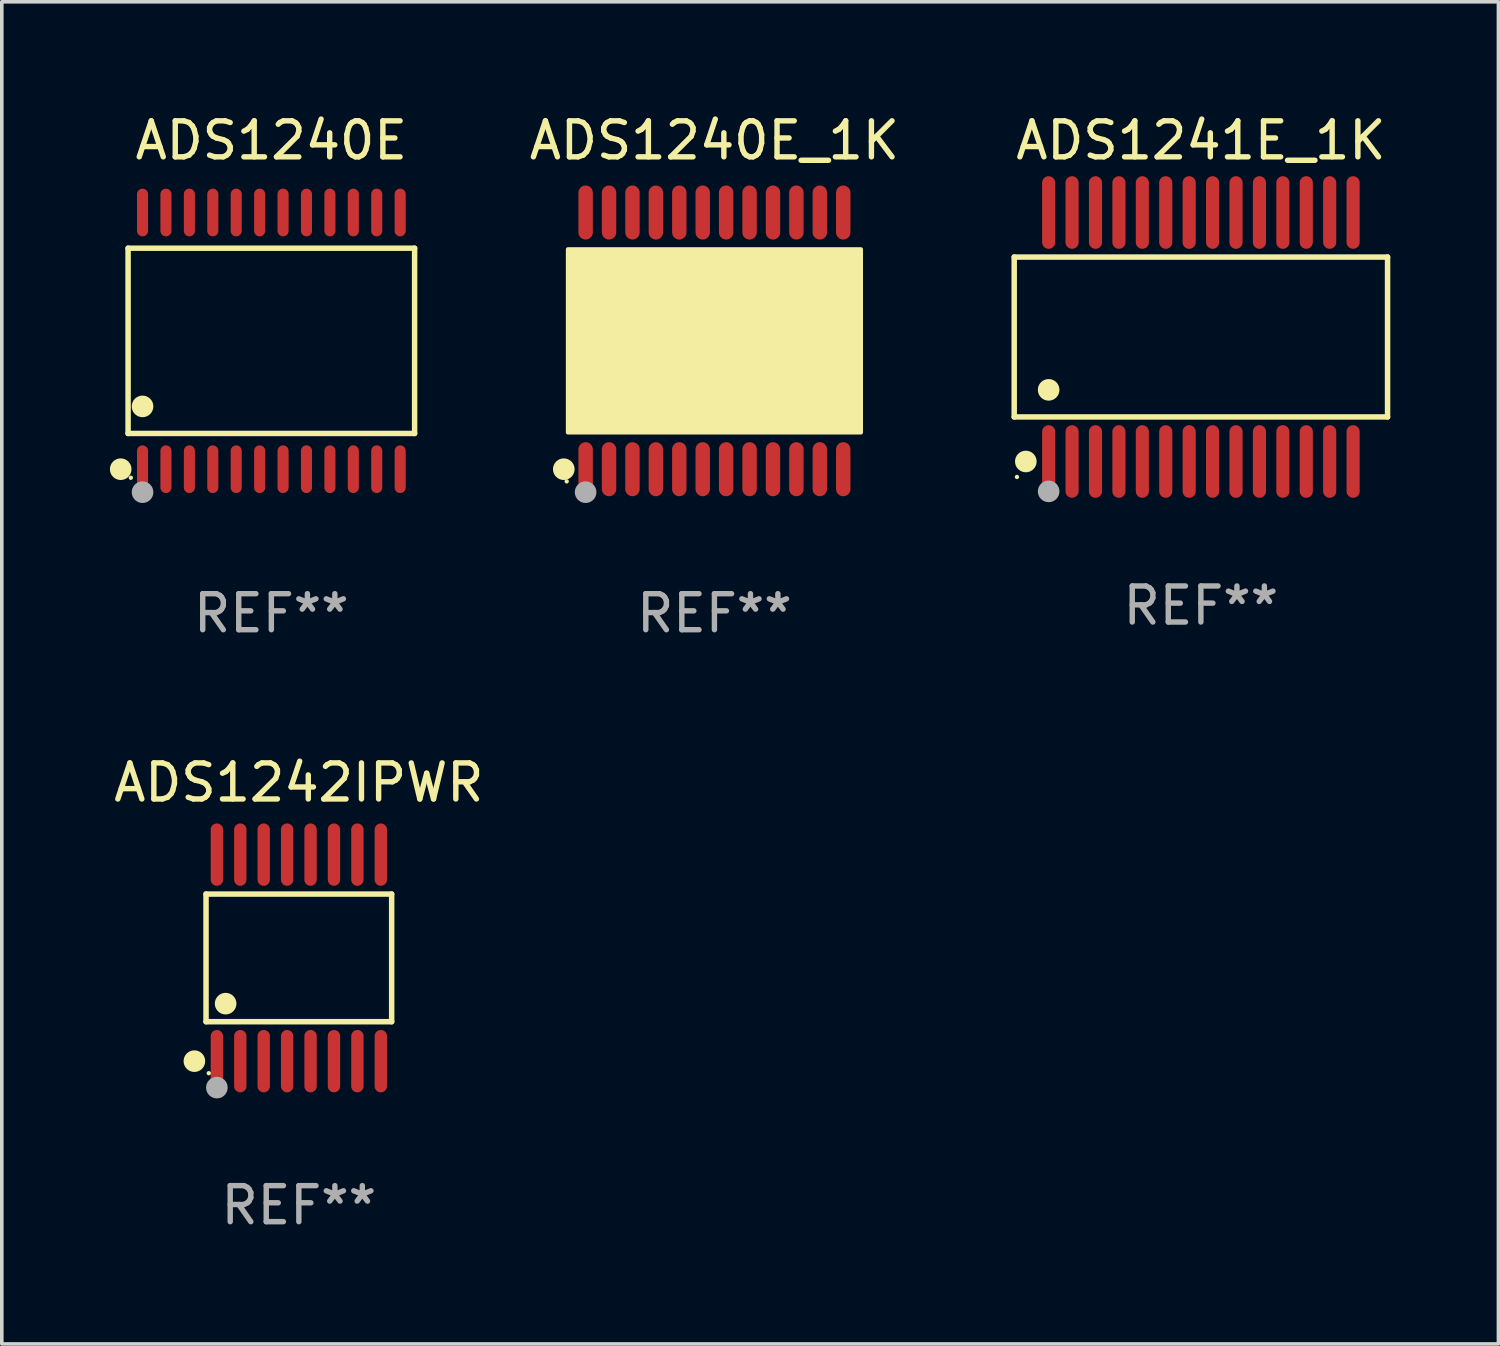
<source format=kicad_pcb>
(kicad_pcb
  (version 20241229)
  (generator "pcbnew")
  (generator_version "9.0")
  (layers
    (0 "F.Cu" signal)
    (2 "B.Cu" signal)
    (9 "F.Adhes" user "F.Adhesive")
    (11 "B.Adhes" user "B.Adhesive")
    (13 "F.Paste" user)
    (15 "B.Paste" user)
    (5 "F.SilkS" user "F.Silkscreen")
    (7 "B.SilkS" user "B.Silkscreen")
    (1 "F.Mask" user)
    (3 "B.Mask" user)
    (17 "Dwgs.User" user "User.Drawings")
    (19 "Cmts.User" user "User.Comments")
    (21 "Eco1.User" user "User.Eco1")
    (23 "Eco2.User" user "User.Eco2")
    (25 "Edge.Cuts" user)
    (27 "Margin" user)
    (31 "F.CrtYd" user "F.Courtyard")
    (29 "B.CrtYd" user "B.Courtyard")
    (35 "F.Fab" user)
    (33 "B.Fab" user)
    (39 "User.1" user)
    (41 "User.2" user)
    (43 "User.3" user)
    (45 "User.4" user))
  (footprint "ADS1240E"
    (layer "F.Cu")
    (at 4.481 6.41)
    (property "Reference" "ADS1240E" (at 0 -5.562 0) (layer "F.SilkS") (effects (font (size 1 1) (thickness 0.15))))
    (attr through_hole)
    (fp_line (start -3.976 -2.571) (end 3.976 -2.571) (stroke (width 0.152) (type solid)) (layer "F.SilkS"))
    (fp_line (start -3.976 2.571) (end -3.976 -2.571) (stroke (width 0.152) (type solid)) (layer "F.SilkS"))
    (fp_line (start 3.976 -2.571) (end 3.976 2.571) (stroke (width 0.152) (type solid)) (layer "F.SilkS"))
    (fp_line (start 3.976 2.571) (end -3.976 2.571) (stroke (width 0.152) (type solid)) (layer "F.SilkS"))
    (fp_circle (center -4.181 3.562) (end -4.031 3.562) (stroke (width 0.3) (type solid)) (fill no) (layer "F.SilkS"))
    (fp_circle (center -3.9 3.8) (end -3.87 3.8) (stroke (width 0.06) (type solid)) (fill no) (layer "F.SilkS"))
    (fp_circle (center -3.575 1.819) (end -3.425 1.819) (stroke (width 0.3) (type solid)) (fill no) (layer "F.SilkS"))
    (fp_circle (center -3.575 4.2) (end -3.425 4.2) (stroke (width 0.3) (type solid)) (fill no) (layer "F.Fab"))
    (fp_text user "REF**" (at 0 7.562 0) (layer "F.Fab") (effects (font (size 1 1) (thickness 0.15))))
    (pad "1" smd oval (at -3.575 3.562) (size 0.308 1.324) (layers "F.Cu" "F.Mask" "F.Paste"))
    (pad "2" smd oval (at -2.925 3.562) (size 0.308 1.324) (layers "F.Cu" "F.Mask" "F.Paste"))
    (pad "3" smd oval (at -2.275 3.562) (size 0.308 1.324) (layers "F.Cu" "F.Mask" "F.Paste"))
    (pad "4" smd oval (at -1.625 3.562) (size 0.308 1.324) (layers "F.Cu" "F.Mask" "F.Paste"))
    (pad "5" smd oval (at -0.975 3.562) (size 0.308 1.324) (layers "F.Cu" "F.Mask" "F.Paste"))
    (pad "6" smd oval (at -0.325 3.562) (size 0.308 1.324) (layers "F.Cu" "F.Mask" "F.Paste"))
    (pad "7" smd oval (at 0.325 3.562) (size 0.308 1.324) (layers "F.Cu" "F.Mask" "F.Paste"))
    (pad "8" smd oval (at 0.975 3.562) (size 0.308 1.324) (layers "F.Cu" "F.Mask" "F.Paste"))
    (pad "9" smd oval (at 1.625 3.562) (size 0.308 1.324) (layers "F.Cu" "F.Mask" "F.Paste"))
    (pad "10" smd oval (at 2.275 3.562) (size 0.308 1.324) (layers "F.Cu" "F.Mask" "F.Paste"))
    (pad "11" smd oval (at 2.925 3.562) (size 0.308 1.324) (layers "F.Cu" "F.Mask" "F.Paste"))
    (pad "12" smd oval (at 3.575 3.562) (size 0.308 1.324) (layers "F.Cu" "F.Mask" "F.Paste"))
    (pad "13" smd oval (at 3.575 -3.562) (size 0.308 1.324) (layers "F.Cu" "F.Mask" "F.Paste"))
    (pad "14" smd oval (at 2.925 -3.562) (size 0.308 1.324) (layers "F.Cu" "F.Mask" "F.Paste"))
    (pad "15" smd oval (at 2.275 -3.562) (size 0.308 1.324) (layers "F.Cu" "F.Mask" "F.Paste"))
    (pad "16" smd oval (at 1.625 -3.562) (size 0.308 1.324) (layers "F.Cu" "F.Mask" "F.Paste"))
    (pad "17" smd oval (at 0.975 -3.562) (size 0.308 1.324) (layers "F.Cu" "F.Mask" "F.Paste"))
    (pad "18" smd oval (at 0.325 -3.562) (size 0.308 1.324) (layers "F.Cu" "F.Mask" "F.Paste"))
    (pad "19" smd oval (at -0.325 -3.562) (size 0.308 1.324) (layers "F.Cu" "F.Mask" "F.Paste"))
    (pad "20" smd oval (at -0.975 -3.562) (size 0.308 1.324) (layers "F.Cu" "F.Mask" "F.Paste"))
    (pad "21" smd oval (at -1.625 -3.562) (size 0.308 1.324) (layers "F.Cu" "F.Mask" "F.Paste"))
    (pad "22" smd oval (at -2.275 -3.562) (size 0.308 1.324) (layers "F.Cu" "F.Mask" "F.Paste"))
    (pad "23" smd oval (at -2.925 -3.562) (size 0.308 1.324) (layers "F.Cu" "F.Mask" "F.Paste"))
    (pad "24" smd oval (at -3.575 -3.562) (size 0.308 1.324) (layers "F.Cu" "F.Mask" "F.Paste")))
  (footprint "ADS1240E_1K"
    (layer "F.Cu")
    (at 16.778 6.41)
    (property "Reference" "ADS1240E_1K" (at 0 -5.562 0) (layer "F.SilkS") (effects (font (size 1 1) (thickness 0.15))))
    (attr through_hole)
    (fp_circle (center -4.181 3.562) (end -4.031 3.562) (stroke (width 0.3) (type solid)) (fill no) (layer "F.SilkS"))
    (fp_circle (center -4.1 3.9) (end -4.07 3.9) (stroke (width 0.06) (type solid)) (fill no) (layer "F.SilkS"))
    (fp_circle (center -3.575 1.819) (end -3.425 1.819) (stroke (width 0.3) (type solid)) (fill no) (layer "F.SilkS"))
    (fp_poly (pts (xy -4.064 -2.54) (xy 4.064 -2.54) (xy 4.064 2.54) (xy -4.064 2.54)) (stroke (width 0.12) (type solid)) (fill yes) (layer "F.SilkS"))
    (fp_circle (center -3.575 4.2) (end -3.425 4.2) (stroke (width 0.3) (type solid)) (fill no) (layer "F.Fab"))
    (fp_text user "REF**" (at 0 7.562 0) (layer "F.Fab") (effects (font (size 1 1) (thickness 0.15))))
    (pad "1" smd oval (at -3.575 3.562) (size 0.4 1.5) (layers "F.Cu" "F.Mask" "F.Paste"))
    (pad "2" smd oval (at -2.925 3.562) (size 0.4 1.5) (layers "F.Cu" "F.Mask" "F.Paste"))
    (pad "3" smd oval (at -2.275 3.562) (size 0.4 1.5) (layers "F.Cu" "F.Mask" "F.Paste"))
    (pad "4" smd oval (at -1.625 3.562) (size 0.4 1.5) (layers "F.Cu" "F.Mask" "F.Paste"))
    (pad "5" smd oval (at -0.975 3.562) (size 0.4 1.5) (layers "F.Cu" "F.Mask" "F.Paste"))
    (pad "6" smd oval (at -0.325 3.562) (size 0.4 1.5) (layers "F.Cu" "F.Mask" "F.Paste"))
    (pad "7" smd oval (at 0.325 3.562) (size 0.4 1.5) (layers "F.Cu" "F.Mask" "F.Paste"))
    (pad "8" smd oval (at 0.975 3.562) (size 0.4 1.5) (layers "F.Cu" "F.Mask" "F.Paste"))
    (pad "9" smd oval (at 1.625 3.562) (size 0.4 1.5) (layers "F.Cu" "F.Mask" "F.Paste"))
    (pad "10" smd oval (at 2.275 3.562) (size 0.4 1.5) (layers "F.Cu" "F.Mask" "F.Paste"))
    (pad "11" smd oval (at 2.925 3.562) (size 0.4 1.5) (layers "F.Cu" "F.Mask" "F.Paste"))
    (pad "12" smd oval (at 3.575 3.562) (size 0.4 1.5) (layers "F.Cu" "F.Mask" "F.Paste"))
    (pad "13" smd oval (at 3.575 -3.562) (size 0.4 1.5) (layers "F.Cu" "F.Mask" "F.Paste"))
    (pad "14" smd oval (at 2.925 -3.562) (size 0.4 1.5) (layers "F.Cu" "F.Mask" "F.Paste"))
    (pad "15" smd oval (at 2.275 -3.562) (size 0.4 1.5) (layers "F.Cu" "F.Mask" "F.Paste"))
    (pad "16" smd oval (at 1.625 -3.562) (size 0.4 1.5) (layers "F.Cu" "F.Mask" "F.Paste"))
    (pad "17" smd oval (at 0.975 -3.562) (size 0.4 1.5) (layers "F.Cu" "F.Mask" "F.Paste"))
    (pad "18" smd oval (at 0.325 -3.562) (size 0.4 1.5) (layers "F.Cu" "F.Mask" "F.Paste"))
    (pad "19" smd oval (at -0.325 -3.562) (size 0.4 1.5) (layers "F.Cu" "F.Mask" "F.Paste"))
    (pad "20" smd oval (at -0.975 -3.562) (size 0.4 1.5) (layers "F.Cu" "F.Mask" "F.Paste"))
    (pad "21" smd oval (at -1.625 -3.562) (size 0.4 1.5) (layers "F.Cu" "F.Mask" "F.Paste"))
    (pad "22" smd oval (at -2.275 -3.562) (size 0.4 1.5) (layers "F.Cu" "F.Mask" "F.Paste"))
    (pad "23" smd oval (at -2.925 -3.562) (size 0.4 1.5) (layers "F.Cu" "F.Mask" "F.Paste"))
    (pad "24" smd oval (at -3.575 -3.562) (size 0.4 1.5) (layers "F.Cu" "F.Mask" "F.Paste")))
  (footprint "ADS1241E_1K"
    (layer "F.Cu")
    (at 30.279 6.303)
    (property "Reference" "ADS1241E_1K" (at 0 -5.455 0) (layer "F.SilkS") (effects (font (size 1 1) (thickness 0.15))))
    (attr through_hole)
    (fp_line (start -5.181 -2.219) (end 5.181 -2.219) (stroke (width 0.152) (type solid)) (layer "F.SilkS"))
    (fp_line (start -5.181 2.219) (end -5.181 -2.219) (stroke (width 0.152) (type solid)) (layer "F.SilkS"))
    (fp_line (start 5.181 -2.219) (end 5.181 2.219) (stroke (width 0.152) (type solid)) (layer "F.SilkS"))
    (fp_line (start 5.181 2.219) (end -5.181 2.219) (stroke (width 0.152) (type solid)) (layer "F.SilkS"))
    (fp_circle (center -5.105 3.885) (end -5.075 3.885) (stroke (width 0.06) (type solid)) (fill no) (layer "F.SilkS"))
    (fp_circle (center -4.859 3.455) (end -4.709 3.455) (stroke (width 0.3) (type solid)) (fill no) (layer "F.SilkS"))
    (fp_circle (center -4.225 1.467) (end -4.075 1.467) (stroke (width 0.3) (type solid)) (fill no) (layer "F.SilkS"))
    (fp_circle (center -4.225 4.285) (end -4.075 4.285) (stroke (width 0.3) (type solid)) (fill no) (layer "F.Fab"))
    (fp_text user "REF**" (at 0 7.455 0) (layer "F.Fab") (effects (font (size 1 1) (thickness 0.15))))
    (pad "1" smd oval (at -4.225 3.455) (size 0.364 2.015) (layers "F.Cu" "F.Mask" "F.Paste"))
    (pad "2" smd oval (at -3.575 3.455) (size 0.364 2.015) (layers "F.Cu" "F.Mask" "F.Paste"))
    (pad "3" smd oval (at -2.925 3.455) (size 0.364 2.015) (layers "F.Cu" "F.Mask" "F.Paste"))
    (pad "4" smd oval (at -2.275 3.455) (size 0.364 2.015) (layers "F.Cu" "F.Mask" "F.Paste"))
    (pad "5" smd oval (at -1.625 3.455) (size 0.364 2.015) (layers "F.Cu" "F.Mask" "F.Paste"))
    (pad "6" smd oval (at -0.975 3.455) (size 0.364 2.015) (layers "F.Cu" "F.Mask" "F.Paste"))
    (pad "7" smd oval (at -0.325 3.455) (size 0.364 2.015) (layers "F.Cu" "F.Mask" "F.Paste"))
    (pad "8" smd oval (at 0.325 3.455) (size 0.364 2.015) (layers "F.Cu" "F.Mask" "F.Paste"))
    (pad "9" smd oval (at 0.975 3.455) (size 0.364 2.015) (layers "F.Cu" "F.Mask" "F.Paste"))
    (pad "10" smd oval (at 1.625 3.455) (size 0.364 2.015) (layers "F.Cu" "F.Mask" "F.Paste"))
    (pad "11" smd oval (at 2.275 3.455) (size 0.364 2.015) (layers "F.Cu" "F.Mask" "F.Paste"))
    (pad "12" smd oval (at 2.925 3.455) (size 0.364 2.015) (layers "F.Cu" "F.Mask" "F.Paste"))
    (pad "13" smd oval (at 3.575 3.455) (size 0.364 2.015) (layers "F.Cu" "F.Mask" "F.Paste"))
    (pad "14" smd oval (at 4.225 3.455) (size 0.364 2.015) (layers "F.Cu" "F.Mask" "F.Paste"))
    (pad "15" smd oval (at 4.225 -3.455) (size 0.364 2.015) (layers "F.Cu" "F.Mask" "F.Paste"))
    (pad "16" smd oval (at 3.575 -3.455) (size 0.364 2.015) (layers "F.Cu" "F.Mask" "F.Paste"))
    (pad "17" smd oval (at 2.925 -3.455) (size 0.364 2.015) (layers "F.Cu" "F.Mask" "F.Paste"))
    (pad "18" smd oval (at 2.275 -3.455) (size 0.364 2.015) (layers "F.Cu" "F.Mask" "F.Paste"))
    (pad "19" smd oval (at 1.625 -3.455) (size 0.364 2.015) (layers "F.Cu" "F.Mask" "F.Paste"))
    (pad "20" smd oval (at 0.975 -3.455) (size 0.364 2.015) (layers "F.Cu" "F.Mask" "F.Paste"))
    (pad "21" smd oval (at 0.325 -3.455) (size 0.364 2.015) (layers "F.Cu" "F.Mask" "F.Paste"))
    (pad "22" smd oval (at -0.325 -3.455) (size 0.364 2.015) (layers "F.Cu" "F.Mask" "F.Paste"))
    (pad "23" smd oval (at -0.975 -3.455) (size 0.364 2.015) (layers "F.Cu" "F.Mask" "F.Paste"))
    (pad "24" smd oval (at -1.625 -3.455) (size 0.364 2.015) (layers "F.Cu" "F.Mask" "F.Paste"))
    (pad "25" smd oval (at -2.275 -3.455) (size 0.364 2.015) (layers "F.Cu" "F.Mask" "F.Paste"))
    (pad "26" smd oval (at -2.925 -3.455) (size 0.364 2.015) (layers "F.Cu" "F.Mask" "F.Paste"))
    (pad "27" smd oval (at -3.575 -3.455) (size 0.364 2.015) (layers "F.Cu" "F.Mask" "F.Paste"))
    (pad "28" smd oval (at -4.225 -3.455) (size 0.364 2.015) (layers "F.Cu" "F.Mask" "F.Paste")))
  (footprint "ADS1242IPWR"
    (layer "F.Cu")
    (at 5.244 23.535)
    (property "Reference" "ADS1242IPWR" (at 0 -4.866 0) (layer "F.SilkS") (effects (font (size 1 1) (thickness 0.15))))
    (attr through_hole)
    (fp_line (start -2.576 -1.772) (end 2.576 -1.772) (stroke (width 0.152) (type solid)) (layer "F.SilkS"))
    (fp_line (start -2.576 1.771) (end -2.576 -1.772) (stroke (width 0.152) (type solid)) (layer "F.SilkS"))
    (fp_line (start 2.576 -1.772) (end 2.576 1.771) (stroke (width 0.152) (type solid)) (layer "F.SilkS"))
    (fp_line (start 2.576 1.771) (end -2.576 1.771) (stroke (width 0.152) (type solid)) (layer "F.SilkS"))
    (fp_circle (center -2.899 2.866) (end -2.749 2.866) (stroke (width 0.3) (type solid)) (fill no) (layer "F.SilkS"))
    (fp_circle (center -2.5 3.2) (end -2.47 3.2) (stroke (width 0.06) (type solid)) (fill no) (layer "F.SilkS"))
    (fp_circle (center -2.032 1.27) (end -1.882 1.27) (stroke (width 0.3) (type solid)) (fill no) (layer "F.SilkS"))
    (fp_circle (center -2.275 3.6) (end -2.125 3.6) (stroke (width 0.3) (type solid)) (fill no) (layer "F.Fab"))
    (fp_text user "REF**" (at 0 6.866 0) (layer "F.Fab") (effects (font (size 1 1) (thickness 0.15))))
    (pad "1" smd oval (at -2.275 2.866) (size 0.343 1.731) (layers "F.Cu" "F.Mask" "F.Paste"))
    (pad "2" smd oval (at -1.625 2.866) (size 0.343 1.731) (layers "F.Cu" "F.Mask" "F.Paste"))
    (pad "3" smd oval (at -0.975 2.866) (size 0.343 1.731) (layers "F.Cu" "F.Mask" "F.Paste"))
    (pad "4" smd oval (at -0.325 2.866) (size 0.343 1.731) (layers "F.Cu" "F.Mask" "F.Paste"))
    (pad "5" smd oval (at 0.325 2.866) (size 0.343 1.731) (layers "F.Cu" "F.Mask" "F.Paste"))
    (pad "6" smd oval (at 0.975 2.866) (size 0.343 1.731) (layers "F.Cu" "F.Mask" "F.Paste"))
    (pad "7" smd oval (at 1.625 2.866) (size 0.343 1.731) (layers "F.Cu" "F.Mask" "F.Paste"))
    (pad "8" smd oval (at 2.275 2.866) (size 0.343 1.731) (layers "F.Cu" "F.Mask" "F.Paste"))
    (pad "9" smd oval (at 2.275 -2.866) (size 0.343 1.731) (layers "F.Cu" "F.Mask" "F.Paste"))
    (pad "10" smd oval (at 1.625 -2.866) (size 0.343 1.731) (layers "F.Cu" "F.Mask" "F.Paste"))
    (pad "11" smd oval (at 0.975 -2.866) (size 0.343 1.731) (layers "F.Cu" "F.Mask" "F.Paste"))
    (pad "12" smd oval (at 0.325 -2.866) (size 0.343 1.731) (layers "F.Cu" "F.Mask" "F.Paste"))
    (pad "13" smd oval (at -0.325 -2.866) (size 0.343 1.731) (layers "F.Cu" "F.Mask" "F.Paste"))
    (pad "14" smd oval (at -0.975 -2.866) (size 0.343 1.731) (layers "F.Cu" "F.Mask" "F.Paste"))
    (pad "15" smd oval (at -1.625 -2.866) (size 0.343 1.731) (layers "F.Cu" "F.Mask" "F.Paste"))
    (pad "16" smd oval (at -2.275 -2.866) (size 0.343 1.731) (layers "F.Cu" "F.Mask" "F.Paste")))
  (gr_rect
    (start -3 -3)
    (end 38.537 34.249)
    (stroke (width 0.1) (type default))
    (fill no)
    (layer "Edge.Cuts")))
</source>
